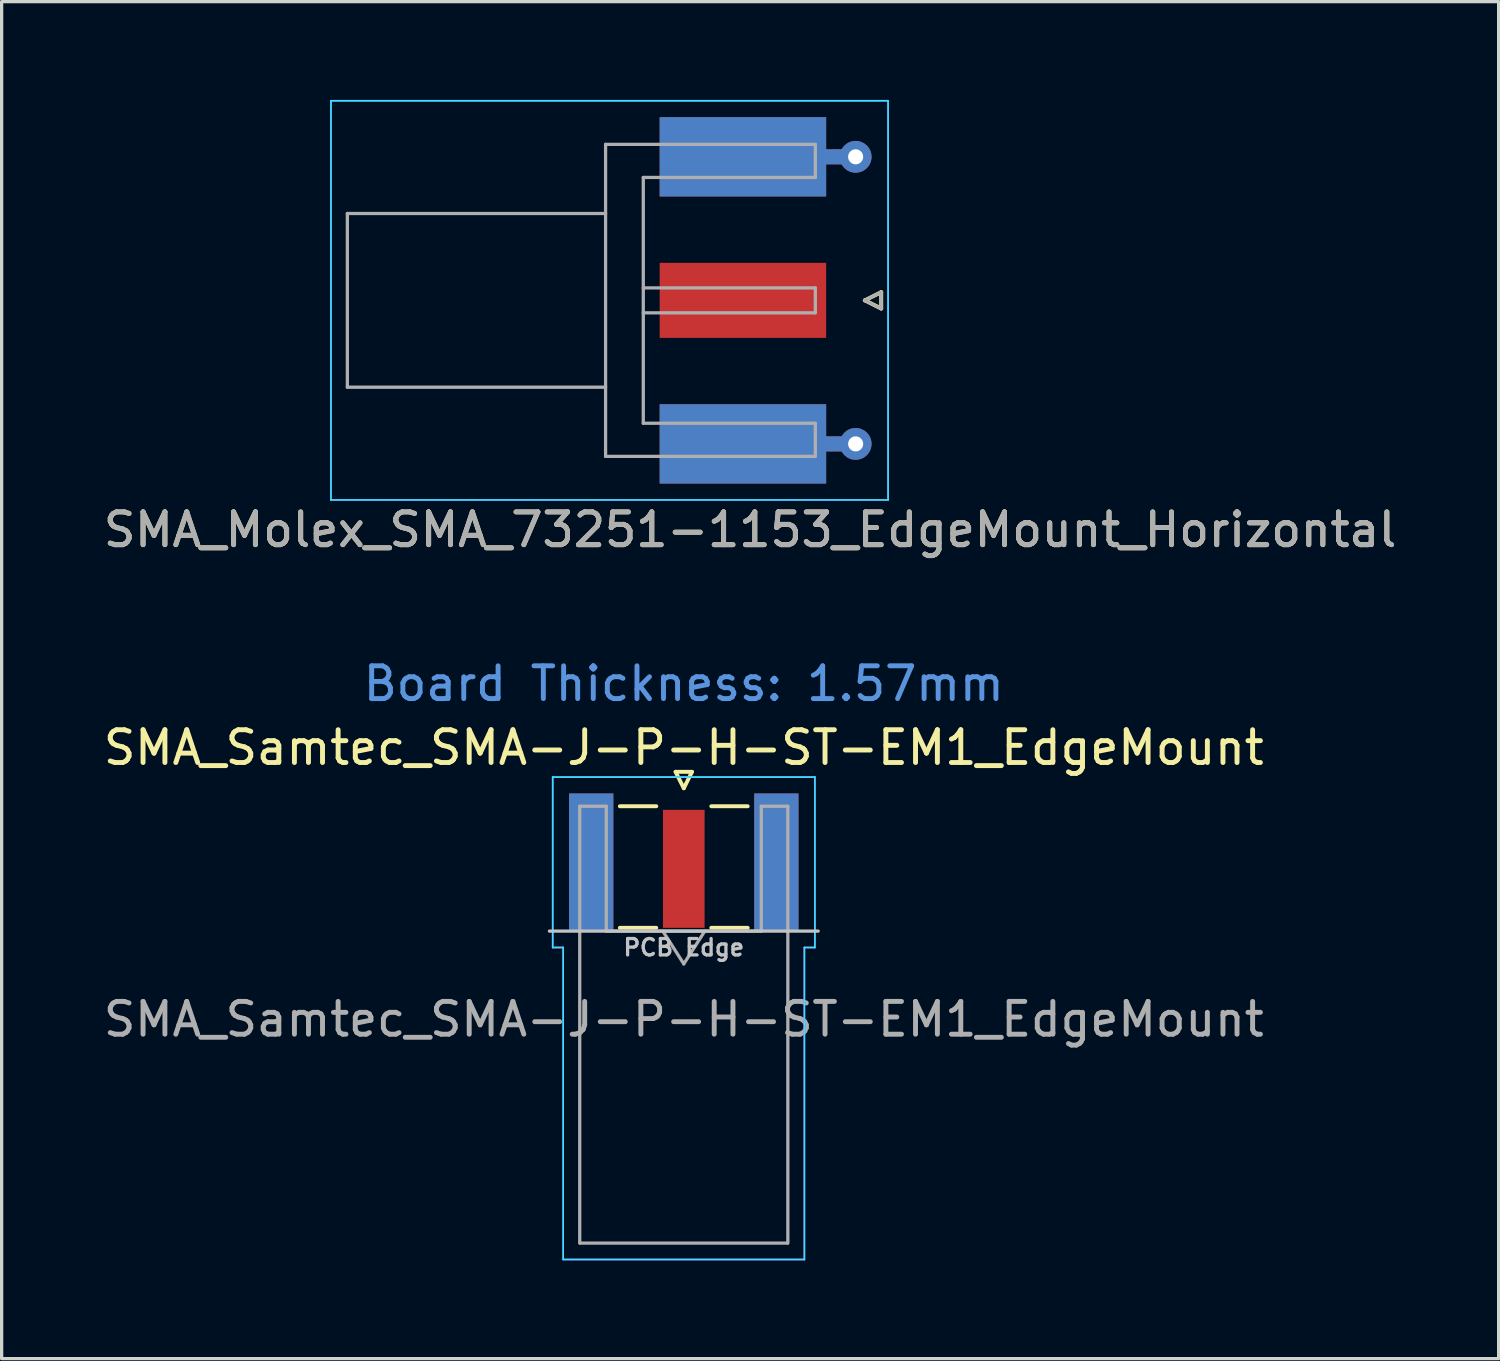
<source format=kicad_pcb>
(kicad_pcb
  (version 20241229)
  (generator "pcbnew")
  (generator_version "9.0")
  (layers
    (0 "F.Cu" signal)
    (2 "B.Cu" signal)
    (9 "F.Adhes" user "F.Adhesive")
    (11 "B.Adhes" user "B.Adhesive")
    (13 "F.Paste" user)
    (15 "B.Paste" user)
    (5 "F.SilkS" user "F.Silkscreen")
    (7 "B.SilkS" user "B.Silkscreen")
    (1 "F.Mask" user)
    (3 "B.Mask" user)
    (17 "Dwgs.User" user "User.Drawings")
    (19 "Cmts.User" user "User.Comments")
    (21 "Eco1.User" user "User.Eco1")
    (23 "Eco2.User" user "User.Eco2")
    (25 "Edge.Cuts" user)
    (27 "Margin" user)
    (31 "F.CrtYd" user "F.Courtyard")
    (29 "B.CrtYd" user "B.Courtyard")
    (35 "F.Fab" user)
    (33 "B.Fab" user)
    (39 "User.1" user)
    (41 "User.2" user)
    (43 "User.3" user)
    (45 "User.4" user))
  (footprint "SMA_Samtec_SMA-J-P-H-ST-EM1_EdgeMount"
    (layer "F.Cu")
    (at 17.815 23.262)
    (property "Reference" "SMA_Samtec_SMA-J-P-H-ST-EM1_EdgeMount" (at 0 -3.5 0) (layer "F.SilkS") (effects (font (size 1 1) (thickness 0.15))))
    (attr smd)
    (fp_line (start -1.95 -1.71) (end -0.84 -1.71) (stroke (width 0.12) (type solid)) (layer "F.SilkS"))
    (fp_line (start -1.95 2) (end -0.84 2) (stroke (width 0.12) (type solid)) (layer "F.SilkS"))
    (fp_line (start -0.25 -2.76) (end 0 -2.26) (stroke (width 0.12) (type solid)) (layer "F.SilkS"))
    (fp_line (start 0 -2.26) (end 0.25 -2.76) (stroke (width 0.12) (type solid)) (layer "F.SilkS"))
    (fp_line (start 0.25 -2.76) (end -0.25 -2.76) (stroke (width 0.12) (type solid)) (layer "F.SilkS"))
    (fp_line (start 0.84 -1.71) (end 1.95 -1.71) (stroke (width 0.12) (type solid)) (layer "F.SilkS"))
    (fp_line (start 0.84 2) (end 1.95 2) (stroke (width 0.12) (type solid)) (layer "F.SilkS"))
    (fp_line (start 4.1 2.1) (end -4.1 2.1) (stroke (width 0.1) (type solid)) (layer "Dwgs.User"))
    (fp_line (start -4 -2.6) (end 4 -2.6) (stroke (width 0.05) (type solid)) (layer "B.CrtYd"))
    (fp_line (start -4 2.6) (end -4 -2.6) (stroke (width 0.05) (type solid)) (layer "B.CrtYd"))
    (fp_line (start -3.68 2.6) (end -4 2.6) (stroke (width 0.05) (type solid)) (layer "B.CrtYd"))
    (fp_line (start -3.68 12.12) (end -3.68 2.6) (stroke (width 0.05) (type solid)) (layer "B.CrtYd"))
    (fp_line (start 3.68 2.6) (end 3.68 12.12) (stroke (width 0.05) (type solid)) (layer "B.CrtYd"))
    (fp_line (start 3.68 12.12) (end -3.68 12.12) (stroke (width 0.05) (type solid)) (layer "B.CrtYd"))
    (fp_line (start 4 2.6) (end 3.68 2.6) (stroke (width 0.05) (type solid)) (layer "B.CrtYd"))
    (fp_line (start 4 2.6) (end 4 -2.6) (stroke (width 0.05) (type solid)) (layer "B.CrtYd"))
    (fp_line (start -4 -2.6) (end 4 -2.6) (stroke (width 0.05) (type solid)) (layer "F.CrtYd"))
    (fp_line (start -4 2.6) (end -4 -2.6) (stroke (width 0.05) (type solid)) (layer "F.CrtYd"))
    (fp_line (start -3.68 2.6) (end -4 2.6) (stroke (width 0.05) (type solid)) (layer "F.CrtYd"))
    (fp_line (start -3.68 12.12) (end -3.68 2.6) (stroke (width 0.05) (type solid)) (layer "F.CrtYd"))
    (fp_line (start 3.68 2.6) (end 3.68 12.12) (stroke (width 0.05) (type solid)) (layer "F.CrtYd"))
    (fp_line (start 3.68 2.6) (end 4 2.6) (stroke (width 0.05) (type solid)) (layer "F.CrtYd"))
    (fp_line (start 3.68 12.12) (end -3.68 12.12) (stroke (width 0.05) (type solid)) (layer "F.CrtYd"))
    (fp_line (start 4 2.6) (end 4 -2.6) (stroke (width 0.05) (type solid)) (layer "F.CrtYd"))
    (fp_line (start -3.175 -1.71) (end -3.175 11.62) (stroke (width 0.1) (type solid)) (layer "F.Fab"))
    (fp_line (start -2.365 -1.71) (end -3.175 -1.71) (stroke (width 0.1) (type solid)) (layer "F.Fab"))
    (fp_line (start -2.365 2.1) (end -2.365 -1.71) (stroke (width 0.1) (type solid)) (layer "F.Fab"))
    (fp_line (start 0 3.1) (end -0.64 2.1) (stroke (width 0.1) (type solid)) (layer "F.Fab"))
    (fp_line (start 0.64 2.1) (end 0 3.1) (stroke (width 0.1) (type solid)) (layer "F.Fab"))
    (fp_line (start 2.365 -1.71) (end 2.365 2.1) (stroke (width 0.1) (type solid)) (layer "F.Fab"))
    (fp_line (start 2.365 2.1) (end -2.365 2.1) (stroke (width 0.1) (type solid)) (layer "F.Fab"))
    (fp_line (start 3.165 11.62) (end -3.165 11.62) (stroke (width 0.1) (type solid)) (layer "F.Fab"))
    (fp_line (start 3.175 -1.71) (end 2.365 -1.71) (stroke (width 0.1) (type solid)) (layer "F.Fab"))
    (fp_line (start 3.175 -1.71) (end 3.175 11.62) (stroke (width 0.1) (type solid)) (layer "F.Fab"))
    (fp_text user "PCB Edge" (at 0 2.6 0) (layer "Dwgs.User") (effects (font (size 0.5 0.5) (thickness 0.1))))
    (fp_text user "Board Thickness: 1.57mm" (at 0 -5.45 0) (layer "Cmts.User") (effects (font (size 1 1) (thickness 0.15))))
    (fp_text user "${REFERENCE}" (at 0 4.79 180) (layer "F.Fab") (effects (font (size 1 1) (thickness 0.15))))
    (pad "1" smd rect (at 0 0.2) (size 1.27 3.6) (layers "F.Cu" "F.Mask" "F.Paste"))
    (pad "2" smd rect (at -2.825 0) (size 1.35 4.2) (layers "F.Cu" "F.Mask" "F.Paste"))
    (pad "2" smd rect (at -2.825 0) (size 1.35 4.2) (layers "B.Cu" "B.Mask" "B.Paste"))
    (pad "2" smd rect (at 2.825 0) (size 1.35 4.2) (layers "F.Cu" "F.Mask" "F.Paste"))
    (pad "2" smd rect (at 2.825 0) (size 1.35 4.2) (layers "B.Cu" "B.Mask" "B.Paste")))
  (footprint "SMA_Molex_SMA_73251-1153_EdgeMount_Horizontal"
    (layer "F.Cu")
    (at 21.339 6.115)
    (property "Reference" "SMA_Molex_SMA_73251-1153_EdgeMount_Horizontal" (at -1.5 7 0) (layer "F.SilkS") (effects (font (size 1 1) (thickness 0.15))))
    (attr smd)
    (fp_line (start 2 0) (end 2.5 -0.25) (stroke (width 0.12) (type solid)) (layer "F.SilkS"))
    (fp_line (start 2.5 -0.25) (end 2.5 0.25) (stroke (width 0.12) (type solid)) (layer "F.SilkS"))
    (fp_line (start 2.5 0.25) (end 2 0) (stroke (width 0.12) (type solid)) (layer "F.SilkS"))
    (fp_line (start -14.29 -6.09) (end -14.29 6.09) (stroke (width 0.05) (type solid)) (layer "B.CrtYd"))
    (fp_line (start -14.29 -6.09) (end 2.71 -6.09) (stroke (width 0.05) (type solid)) (layer "B.CrtYd"))
    (fp_line (start -14.29 6.09) (end 2.71 6.09) (stroke (width 0.05) (type solid)) (layer "B.CrtYd"))
    (fp_line (start 2.71 -6.09) (end 2.71 6.09) (stroke (width 0.05) (type solid)) (layer "B.CrtYd"))
    (fp_line (start -14.29 -6.09) (end -14.29 6.09) (stroke (width 0.05) (type solid)) (layer "F.CrtYd"))
    (fp_line (start -14.29 6.09) (end 2.71 6.09) (stroke (width 0.05) (type solid)) (layer "F.CrtYd"))
    (fp_line (start 2.71 -6.09) (end -14.29 -6.09) (stroke (width 0.05) (type solid)) (layer "F.CrtYd"))
    (fp_line (start 2.71 -6.09) (end 2.71 6.09) (stroke (width 0.05) (type solid)) (layer "F.CrtYd"))
    (fp_line (start -13.79 -2.65) (end -13.79 2.65) (stroke (width 0.1) (type solid)) (layer "F.Fab"))
    (fp_line (start -13.79 -2.65) (end -5.91 -2.65) (stroke (width 0.1) (type solid)) (layer "F.Fab"))
    (fp_line (start -13.79 2.65) (end -5.91 2.65) (stroke (width 0.1) (type solid)) (layer "F.Fab"))
    (fp_line (start -5.91 -4.76) (end -5.91 4.76) (stroke (width 0.1) (type solid)) (layer "F.Fab"))
    (fp_line (start -5.91 4.76) (end 0.49 4.76) (stroke (width 0.1) (type solid)) (layer "F.Fab"))
    (fp_line (start -4.76 -3.75) (end -4.76 3.75) (stroke (width 0.1) (type solid)) (layer "F.Fab"))
    (fp_line (start -4.76 -3.75) (end 0.49 -3.75) (stroke (width 0.1) (type solid)) (layer "F.Fab"))
    (fp_line (start -4.76 -0.38) (end 0.49 -0.38) (stroke (width 0.1) (type solid)) (layer "F.Fab"))
    (fp_line (start -4.76 0.38) (end 0.49 0.38) (stroke (width 0.1) (type solid)) (layer "F.Fab"))
    (fp_line (start -4.76 3.75) (end 0.49 3.75) (stroke (width 0.1) (type solid)) (layer "F.Fab"))
    (fp_line (start 0.49 -4.76) (end -5.91 -4.76) (stroke (width 0.1) (type solid)) (layer "F.Fab"))
    (fp_line (start 0.49 -4.76) (end 0.49 -3.75) (stroke (width 0.1) (type solid)) (layer "F.Fab"))
    (fp_line (start 0.49 -0.38) (end 0.49 0.38) (stroke (width 0.1) (type solid)) (layer "F.Fab"))
    (fp_line (start 0.49 3.75) (end 0.49 4.76) (stroke (width 0.1) (type solid)) (layer "F.Fab"))
    (fp_line (start 2 0) (end 2.5 0.25) (stroke (width 0.1) (type solid)) (layer "F.Fab"))
    (fp_line (start 2.5 -0.25) (end 2 0) (stroke (width 0.1) (type solid)) (layer "F.Fab"))
    (fp_line (start 2.5 0.25) (end 2.5 -0.25) (stroke (width 0.1) (type solid)) (layer "F.Fab"))
    (fp_text user "${REFERENCE}" (at -1.5 7 0) (layer "F.Fab") (effects (font (size 1 1) (thickness 0.15))))
    (pad "1" smd rect (at -1.72 0) (size 5.08 2.29) (layers "F.Cu" "F.Mask" "F.Paste"))
    (pad "2" smd rect (at -1.72 -4.38) (size 5.08 2.42) (layers "F.Cu" "F.Mask" "F.Paste"))
    (pad "2" smd rect (at -1.72 -4.38) (size 5.08 2.42) (layers "B.Cu" "B.Mask" "B.Paste"))
    (pad "2" smd rect (at -1.72 4.38) (size 5.08 2.42) (layers "F.Cu" "F.Mask" "F.Paste"))
    (pad "2" smd rect (at -1.72 4.38) (size 5.08 2.42) (layers "B.Cu" "B.Mask" "B.Paste"))
    (pad "2" smd rect (at 1.27 -4.38) (size 0.95 0.46) (layers "F.Cu"))
    (pad "2" smd rect (at 1.27 -4.38) (size 0.95 0.46) (layers "B.Cu"))
    (pad "2" smd rect (at 1.27 4.38) (size 0.95 0.46) (layers "F.Cu"))
    (pad "2" smd rect (at 1.27 4.38) (size 0.95 0.46) (layers "B.Cu"))
    (pad "2" thru_hole circle (at 1.72 -4.38) (size 0.97 0.97) (drill 0.46) (layers "*.Cu"))
    (pad "2" thru_hole circle (at 1.72 4.38) (size 0.97 0.97) (drill 0.46) (layers "*.Cu")))
  (gr_rect
    (start -3 -3)
    (end 42.679 38.407)
    (stroke (width 0.1) (type default))
    (fill no)
    (layer "Edge.Cuts")))
</source>
